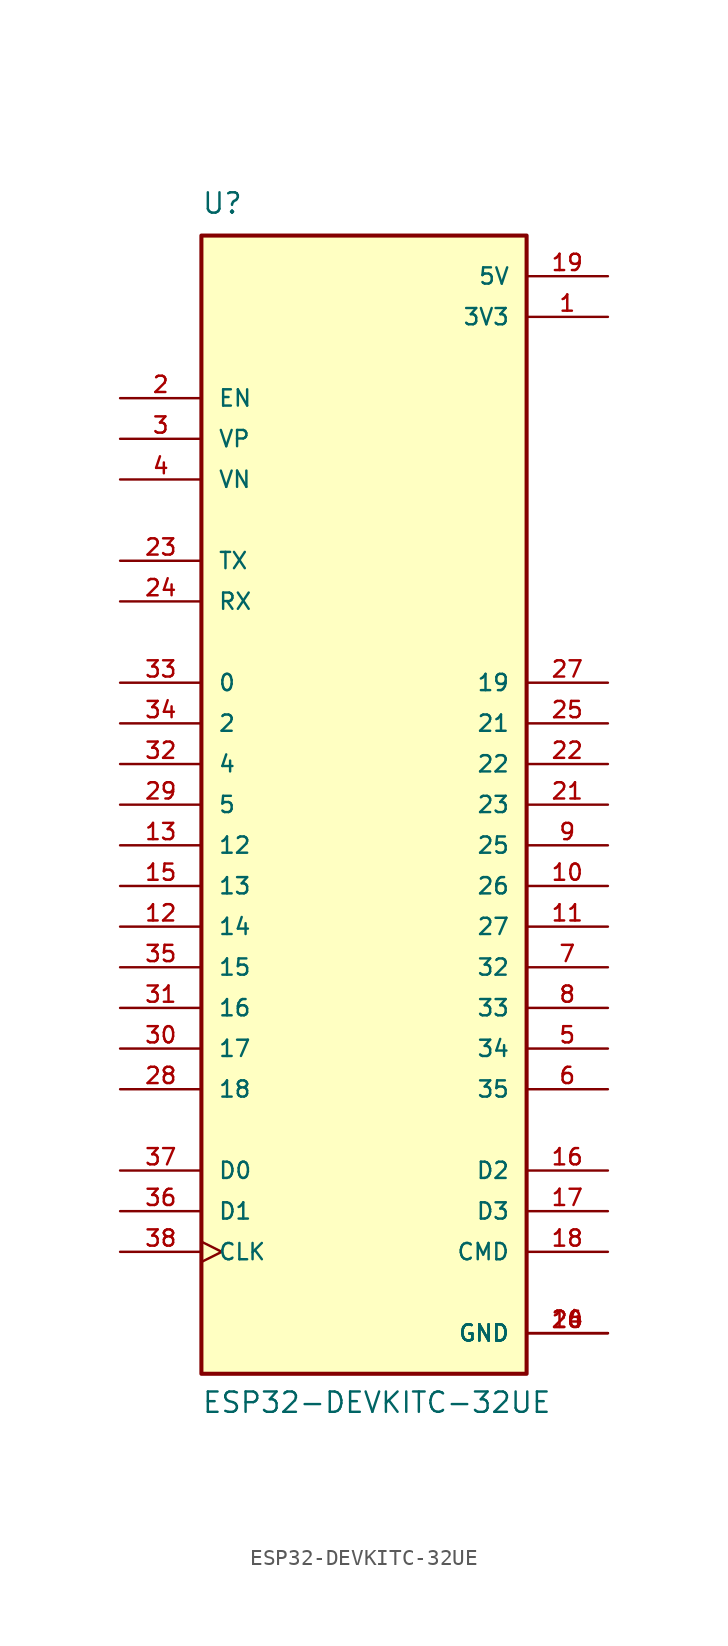
<source format=kicad_sym>
(kicad_symbol_lib
  (version 20211014)
  (generator kicad_symbol_editor)
  (symbol "ESP32-DEVKITC-32UE"
    (pin_names
      (offset 1.016))
    (property "Reference" "U"
      (at -10.16 36.83 0)
      (effects (font (size 1.27 1.27)) (justify bottom left)))
    (property "Value" "ESP32-DEVKITC-32UE"
      (at -10.16 -38.1 0)
      (effects (font (size 1.27 1.27)) (justify bottom left)))
    (symbol "ESP32-DEVKITC-32UE_0_0"
      (rectangle (start -10.16 -35.56) (end 10.16 35.56) (stroke (width 0.254)) (fill (type background)))
      (pin input line (at -15.24 25.4 0) (length 5.08) (name "EN" (effects (font (size 1.016 1.016)))) (number "2" (effects (font (size 1.016 1.016)))))
      (pin input line (at -15.24 22.86 0) (length 5.08) (name "VP" (effects (font (size 1.016 1.016)))) (number "3" (effects (font (size 1.016 1.016)))))
      (pin input line (at -15.24 20.32 0) (length 5.08) (name "VN" (effects (font (size 1.016 1.016)))) (number "4" (effects (font (size 1.016 1.016)))))
      (pin bidirectional line (at -15.24 15.24 0) (length 5.08) (name "TX" (effects (font (size 1.016 1.016)))) (number "23" (effects (font (size 1.016 1.016)))))
      (pin bidirectional line (at -15.24 12.7 0) (length 5.08) (name "RX" (effects (font (size 1.016 1.016)))) (number "24" (effects (font (size 1.016 1.016)))))
      (pin bidirectional clock (at -15.24 -27.94 0) (length 5.08) (name "CLK" (effects (font (size 1.016 1.016)))) (number "38" (effects (font (size 1.016 1.016)))))
      (pin bidirectional line (at 15.24 -27.94 180.0) (length 5.08) (name "CMD" (effects (font (size 1.016 1.016)))) (number "18" (effects (font (size 1.016 1.016)))))
      (pin bidirectional line (at -15.24 7.62 0) (length 5.08) (name "0" (effects (font (size 1.016 1.016)))) (number "33" (effects (font (size 1.016 1.016)))))
      (pin bidirectional line (at -15.24 5.08 0) (length 5.08) (name "2" (effects (font (size 1.016 1.016)))) (number "34" (effects (font (size 1.016 1.016)))))
      (pin bidirectional line (at -15.24 2.54 0) (length 5.08) (name "4" (effects (font (size 1.016 1.016)))) (number "32" (effects (font (size 1.016 1.016)))))
      (pin bidirectional line (at -15.24 -2.54 0) (length 5.08) (name "12" (effects (font (size 1.016 1.016)))) (number "13" (effects (font (size 1.016 1.016)))))
      (pin bidirectional line (at -15.24 -5.08 0) (length 5.08) (name "13" (effects (font (size 1.016 1.016)))) (number "15" (effects (font (size 1.016 1.016)))))
      (pin bidirectional line (at -15.24 -7.62 0) (length 5.08) (name "14" (effects (font (size 1.016 1.016)))) (number "12" (effects (font (size 1.016 1.016)))))
      (pin bidirectional line (at -15.24 -10.16 0) (length 5.08) (name "15" (effects (font (size 1.016 1.016)))) (number "35" (effects (font (size 1.016 1.016)))))
      (pin bidirectional line (at -15.24 -12.7 0) (length 5.08) (name "16" (effects (font (size 1.016 1.016)))) (number "31" (effects (font (size 1.016 1.016)))))
      (pin bidirectional line (at -15.24 -15.24 0) (length 5.08) (name "17" (effects (font (size 1.016 1.016)))) (number "30" (effects (font (size 1.016 1.016)))))
      (pin bidirectional line (at -15.24 -17.78 0) (length 5.08) (name "18" (effects (font (size 1.016 1.016)))) (number "28" (effects (font (size 1.016 1.016)))))
      (pin bidirectional line (at 15.24 7.62 180.0) (length 5.08) (name "19" (effects (font (size 1.016 1.016)))) (number "27" (effects (font (size 1.016 1.016)))))
      (pin power_in line (at 15.24 33.02 180.0) (length 5.08) (name "5V" (effects (font (size 1.016 1.016)))) (number "19" (effects (font (size 1.016 1.016)))))
      (pin power_in line (at 15.24 30.48 180.0) (length 5.08) (name "3V3" (effects (font (size 1.016 1.016)))) (number "1" (effects (font (size 1.016 1.016)))))
      (pin bidirectional line (at 15.24 2.54 180.0) (length 5.08) (name "22" (effects (font (size 1.016 1.016)))) (number "22" (effects (font (size 1.016 1.016)))))
      (pin bidirectional line (at 15.24 0.0 180.0) (length 5.08) (name "23" (effects (font (size 1.016 1.016)))) (number "21" (effects (font (size 1.016 1.016)))))
      (pin bidirectional line (at -15.24 0.0 0) (length 5.08) (name "5" (effects (font (size 1.016 1.016)))) (number "29" (effects (font (size 1.016 1.016)))))
      (pin bidirectional line (at 15.24 -2.54 180.0) (length 5.08) (name "25" (effects (font (size 1.016 1.016)))) (number "9" (effects (font (size 1.016 1.016)))))
      (pin bidirectional line (at 15.24 -5.08 180.0) (length 5.08) (name "26" (effects (font (size 1.016 1.016)))) (number "10" (effects (font (size 1.016 1.016)))))
      (pin bidirectional line (at 15.24 -7.62 180.0) (length 5.08) (name "27" (effects (font (size 1.016 1.016)))) (number "11" (effects (font (size 1.016 1.016)))))
      (pin bidirectional line (at -15.24 -22.86 0) (length 5.08) (name "D0" (effects (font (size 1.016 1.016)))) (number "37" (effects (font (size 1.016 1.016)))))
      (pin bidirectional line (at -15.24 -25.4 0) (length 5.08) (name "D1" (effects (font (size 1.016 1.016)))) (number "36" (effects (font (size 1.016 1.016)))))
      (pin bidirectional line (at 15.24 -22.86 180.0) (length 5.08) (name "D2" (effects (font (size 1.016 1.016)))) (number "16" (effects (font (size 1.016 1.016)))))
      (pin bidirectional line (at 15.24 -25.4 180.0) (length 5.08) (name "D3" (effects (font (size 1.016 1.016)))) (number "17" (effects (font (size 1.016 1.016)))))
      (pin bidirectional line (at 15.24 -12.7 180.0) (length 5.08) (name "33" (effects (font (size 1.016 1.016)))) (number "8" (effects (font (size 1.016 1.016)))))
      (pin bidirectional line (at 15.24 -15.24 180.0) (length 5.08) (name "34" (effects (font (size 1.016 1.016)))) (number "5" (effects (font (size 1.016 1.016)))))
      (pin bidirectional line (at 15.24 -17.78 180.0) (length 5.08) (name "35" (effects (font (size 1.016 1.016)))) (number "6" (effects (font (size 1.016 1.016)))))
      (pin power_in line (at 15.24 -33.02 180.0) (length 5.08) (name "GND" (effects (font (size 1.016 1.016)))) (number "14" (effects (font (size 1.016 1.016)))))
      (pin power_in line (at 15.24 -33.02 180.0) (length 5.08) (name "GND" (effects (font (size 1.016 1.016)))) (number "20" (effects (font (size 1.016 1.016)))))
      (pin power_in line (at 15.24 -33.02 180.0) (length 5.08) (name "GND" (effects (font (size 1.016 1.016)))) (number "26" (effects (font (size 1.016 1.016)))))
      (pin bidirectional line (at 15.24 5.08 180.0) (length 5.08) (name "21" (effects (font (size 1.016 1.016)))) (number "25" (effects (font (size 1.016 1.016)))))
      (pin bidirectional line (at 15.24 -10.16 180.0) (length 5.08) (name "32" (effects (font (size 1.016 1.016)))) (number "7" (effects (font (size 1.016 1.016))))))))
</source>
